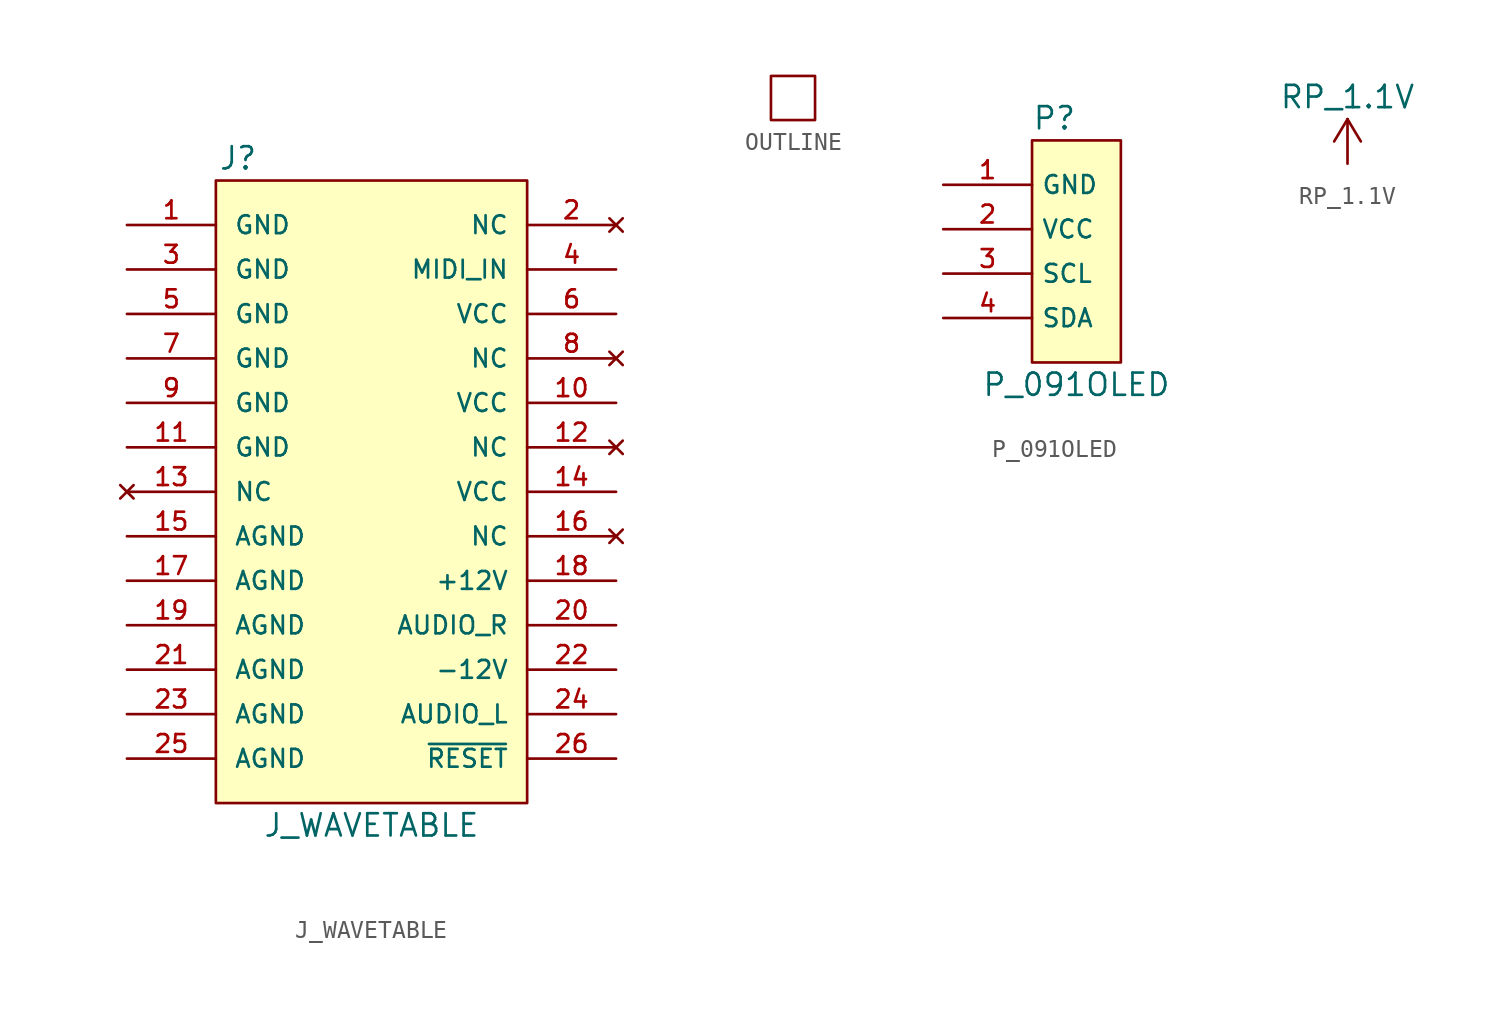
<source format=kicad_sym>
(kicad_symbol_lib
  (version 20220914)
  (generator kicad_symbol_editor)
  (symbol "J_WAVETABLE"
    (pin_names
      (offset 1.016))
    (property "Reference" "J"
      (at -7.62 19.05 0)
      (effects (font (size 1.27 1.27))))
    (property "Value" "J_WAVETABLE"
      (at 0 -19.05 0)
      (effects (font (size 1.27 1.27))))
    (symbol "J_WAVETABLE_1_1"
      (rectangle (start -8.89 17.78) (end 8.89 -17.78) (stroke (width 0) (type default)) (fill (type background)))
      (pin passive line (at -13.97 15.24 0) (length 5.08) (name "GND" (effects (font (size 1.016 1.016)))) (number "1" (effects (font (size 1.016 1.016)))))
      (pin passive line (at 13.97 5.08 180) (length 5.08) (name "VCC" (effects (font (size 1.016 1.016)))) (number "10" (effects (font (size 1.016 1.016)))))
      (pin passive line (at -13.97 2.54 0) (length 5.08) (name "GND" (effects (font (size 1.016 1.016)))) (number "11" (effects (font (size 1.016 1.016)))))
      (pin no_connect line (at 13.97 2.54 180) (length 5.08) (name "NC" (effects (font (size 1.016 1.016)))) (number "12" (effects (font (size 1.016 1.016)))))
      (pin no_connect line (at -13.97 0 0) (length 5.08) (name "NC" (effects (font (size 1.016 1.016)))) (number "13" (effects (font (size 1.016 1.016)))))
      (pin passive line (at 13.97 0 180) (length 5.08) (name "VCC" (effects (font (size 1.016 1.016)))) (number "14" (effects (font (size 1.016 1.016)))))
      (pin passive line (at -13.97 -2.54 0) (length 5.08) (name "AGND" (effects (font (size 1.016 1.016)))) (number "15" (effects (font (size 1.016 1.016)))))
      (pin no_connect line (at 13.97 -2.54 180) (length 5.08) (name "NC" (effects (font (size 1.016 1.016)))) (number "16" (effects (font (size 1.016 1.016)))))
      (pin passive line (at -13.97 -5.08 0) (length 5.08) (name "AGND" (effects (font (size 1.016 1.016)))) (number "17" (effects (font (size 1.016 1.016)))))
      (pin passive line (at 13.97 -5.08 180) (length 5.08) (name "+12V" (effects (font (size 1.016 1.016)))) (number "18" (effects (font (size 1.016 1.016)))))
      (pin passive line (at -13.97 -7.62 0) (length 5.08) (name "AGND" (effects (font (size 1.016 1.016)))) (number "19" (effects (font (size 1.016 1.016)))))
      (pin no_connect line (at 13.97 15.24 180) (length 5.08) (name "NC" (effects (font (size 1.016 1.016)))) (number "2" (effects (font (size 1.016 1.016)))))
      (pin passive line (at 13.97 -7.62 180) (length 5.08) (name "AUDIO_R" (effects (font (size 1.016 1.016)))) (number "20" (effects (font (size 1.016 1.016)))))
      (pin passive line (at -13.97 -10.16 0) (length 5.08) (name "AGND" (effects (font (size 1.016 1.016)))) (number "21" (effects (font (size 1.016 1.016)))))
      (pin passive line (at 13.97 -10.16 180) (length 5.08) (name "-12V" (effects (font (size 1.016 1.016)))) (number "22" (effects (font (size 1.016 1.016)))))
      (pin passive line (at -13.97 -12.7 0) (length 5.08) (name "AGND" (effects (font (size 1.016 1.016)))) (number "23" (effects (font (size 1.016 1.016)))))
      (pin passive line (at 13.97 -12.7 180) (length 5.08) (name "AUDIO_L" (effects (font (size 1.016 1.016)))) (number "24" (effects (font (size 1.016 1.016)))))
      (pin passive line (at -13.97 -15.24 0) (length 5.08) (name "AGND" (effects (font (size 1.016 1.016)))) (number "25" (effects (font (size 1.016 1.016)))))
      (pin passive line (at 13.97 -15.24 180) (length 5.08) (name "~{RESET}" (effects (font (size 1.016 1.016)))) (number "26" (effects (font (size 1.016 1.016)))))
      (pin passive line (at -13.97 12.7 0) (length 5.08) (name "GND" (effects (font (size 1.016 1.016)))) (number "3" (effects (font (size 1.016 1.016)))))
      (pin passive line (at 13.97 12.7 180) (length 5.08) (name "MIDI_IN" (effects (font (size 1.016 1.016)))) (number "4" (effects (font (size 1.016 1.016)))))
      (pin passive line (at -13.97 10.16 0) (length 5.08) (name "GND" (effects (font (size 1.016 1.016)))) (number "5" (effects (font (size 1.016 1.016)))))
      (pin passive line (at 13.97 10.16 180) (length 5.08) (name "VCC" (effects (font (size 1.016 1.016)))) (number "6" (effects (font (size 1.016 1.016)))))
      (pin passive line (at -13.97 7.62 0) (length 5.08) (name "GND" (effects (font (size 1.016 1.016)))) (number "7" (effects (font (size 1.016 1.016)))))
      (pin no_connect line (at 13.97 7.62 180) (length 5.08) (name "NC" (effects (font (size 1.016 1.016)))) (number "8" (effects (font (size 1.016 1.016)))))
      (pin passive line (at -13.97 5.08 0) (length 5.08) (name "GND" (effects (font (size 1.016 1.016)))) (number "9" (effects (font (size 1.016 1.016)))))))
  (symbol "OUTLINE"
    (pin_names
      (offset 1.016))
    (property "Reference" "#OUTLINE"
      (at 0 6.985 0)
      (effects (font (size 1.27 1.27)) hide))
    (symbol "OUTLINE_0_1"
      (rectangle (start -1.27 1.27) (end 1.27 -1.27) (stroke (width 0.152) (type default)) (fill (type none)))))
  (symbol "P_091OLED"
    (property "Reference" "P"
      (at -2.54 7.62 0)
      (effects (font (size 1.27 1.27)) (justify left)))
    (property "Value" "P_091OLED"
      (at 0 -7.62 0)
      (effects (font (size 1.27 1.27))))
    (symbol "P_091OLED_1_1"
      (rectangle (start -2.54 6.35) (end 2.54 -6.35) (stroke (width 0) (type default)) (fill (type background)))
      (pin power_in line (at -7.62 3.81 0) (length 5.08) (name "GND" (effects (font (size 1.016 1.016)))) (number "1" (effects (font (size 1.016 1.016)))))
      (pin power_in line (at -7.62 1.27 0) (length 5.08) (name "VCC" (effects (font (size 1.016 1.016)))) (number "2" (effects (font (size 1.016 1.016)))))
      (pin input line (at -7.62 -1.27 0) (length 5.08) (name "SCL" (effects (font (size 1.016 1.016)))) (number "3" (effects (font (size 1.016 1.016)))))
      (pin input line (at -7.62 -3.81 0) (length 5.08) (name "SDA" (effects (font (size 1.016 1.016)))) (number "4" (effects (font (size 1.016 1.016)))))))
  (symbol "RP_1.1V"
    (power)
    (pin_names
      (offset 0))
    (property "Reference" "#PWR"
      (at 0 -1.27 0)
      (effects (font (size 1.27 1.27)) hide))
    (property "Value" "RP_1.1V"
      (at 0 3.81 0)
      (effects (font (size 1.27 1.27))))
    (symbol "RP_1.1V_1_1"
      (polyline (pts (xy -0.762 1.27) (xy 0 2.54)) (stroke (width 0) (type default)) (fill (type none)))
      (polyline (pts (xy 0 0) (xy 0 2.54)) (stroke (width 0) (type default)) (fill (type none)))
      (polyline (pts (xy 0 2.54) (xy 0.762 1.27)) (stroke (width 0) (type default)) (fill (type none)))
      (pin power_in line (at 0 0 90) (length 0) hide (name "RP_1.1V" (effects (font (size 1.27 1.27)))) (number "1" (effects (font (size 1.27 1.27))))))))
</source>
